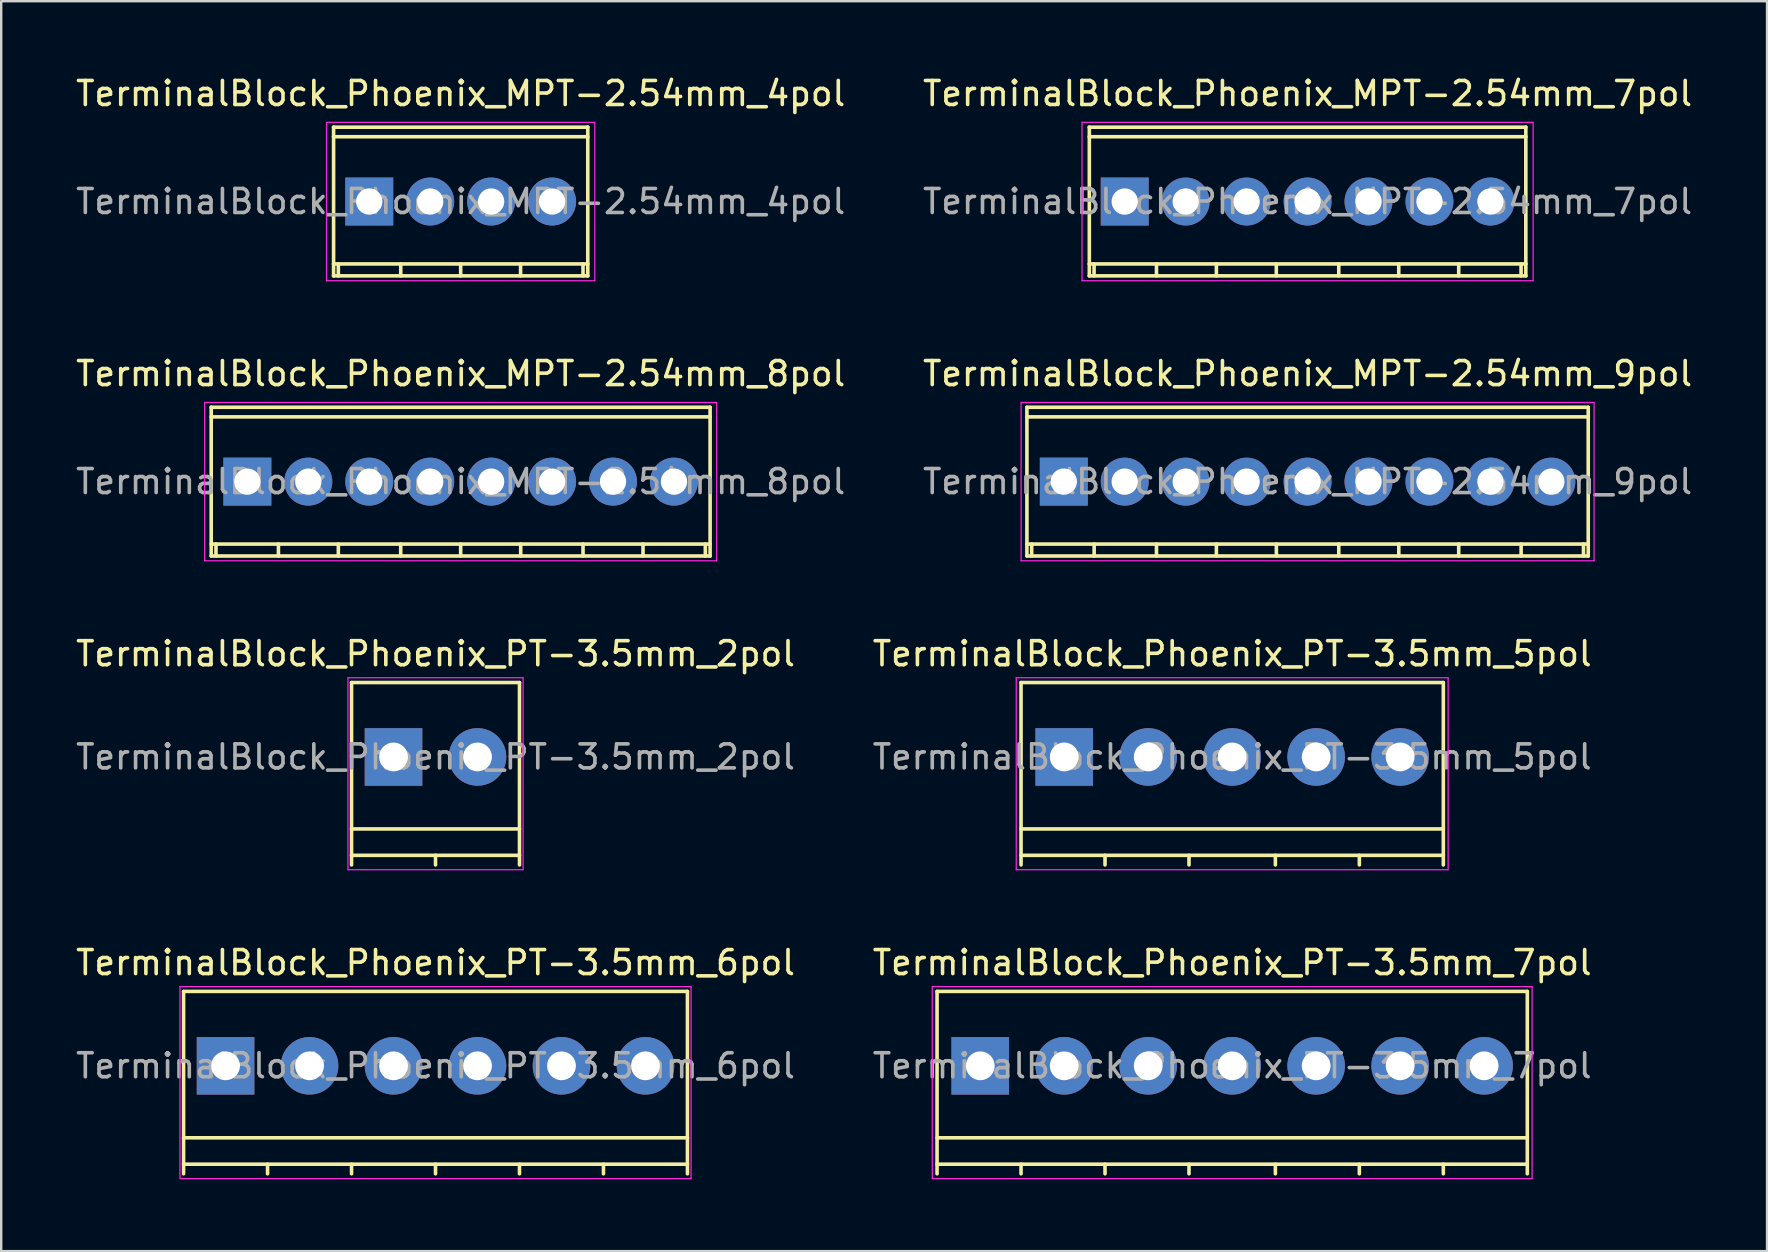
<source format=kicad_pcb>
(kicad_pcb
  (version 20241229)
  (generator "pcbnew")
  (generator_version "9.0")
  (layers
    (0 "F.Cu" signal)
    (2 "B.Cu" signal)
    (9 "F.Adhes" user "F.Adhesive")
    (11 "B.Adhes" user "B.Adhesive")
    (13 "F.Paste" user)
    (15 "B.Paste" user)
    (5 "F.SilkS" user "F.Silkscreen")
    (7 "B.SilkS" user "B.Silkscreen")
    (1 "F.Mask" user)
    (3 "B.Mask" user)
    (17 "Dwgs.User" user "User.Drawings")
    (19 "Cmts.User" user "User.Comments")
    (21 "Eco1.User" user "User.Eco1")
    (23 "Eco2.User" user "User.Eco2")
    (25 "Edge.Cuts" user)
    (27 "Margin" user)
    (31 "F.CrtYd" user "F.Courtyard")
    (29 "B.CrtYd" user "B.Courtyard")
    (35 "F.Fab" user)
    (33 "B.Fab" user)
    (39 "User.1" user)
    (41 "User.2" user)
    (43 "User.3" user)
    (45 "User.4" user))
  (footprint "TerminalBlock_Phoenix_MPT-2.54mm_8pol"
    (layer "F.Cu")
    (at 7.259 17.023)
    (property "Reference" "TerminalBlock_Phoenix_MPT-2.54mm_8pol" (at 8.89 -4.501 0) (layer "F.SilkS") (effects (font (size 1 1) (thickness 0.15))))
    (attr through_hole)
    (fp_line (start -1.509 -2.7) (end 19.289 -2.7) (stroke (width 0.15) (type solid)) (layer "F.SilkS"))
    (fp_line (start -1.509 2.601) (end 19.289 2.601) (stroke (width 0.15) (type solid)) (layer "F.SilkS"))
    (fp_line (start -1.506 -3.099) (end -1.506 3.099) (stroke (width 0.15) (type solid)) (layer "F.SilkS"))
    (fp_line (start -1.308 3.099) (end -1.308 2.601) (stroke (width 0.15) (type solid)) (layer "F.SilkS"))
    (fp_line (start 1.295 3.099) (end 1.295 2.601) (stroke (width 0.15) (type solid)) (layer "F.SilkS"))
    (fp_line (start 3.792 2.601) (end 3.792 3.099) (stroke (width 0.15) (type solid)) (layer "F.SilkS"))
    (fp_line (start 6.391 2.601) (end 6.391 3.099) (stroke (width 0.15) (type solid)) (layer "F.SilkS"))
    (fp_line (start 8.89 2.601) (end 8.89 3.099) (stroke (width 0.15) (type solid)) (layer "F.SilkS"))
    (fp_line (start 11.392 2.601) (end 11.392 3.099) (stroke (width 0.15) (type solid)) (layer "F.SilkS"))
    (fp_line (start 13.99 2.601) (end 13.99 3.099) (stroke (width 0.15) (type solid)) (layer "F.SilkS"))
    (fp_line (start 16.49 2.601) (end 16.49 3.099) (stroke (width 0.15) (type solid)) (layer "F.SilkS"))
    (fp_line (start 19.088 2.601) (end 19.088 3.099) (stroke (width 0.15) (type solid)) (layer "F.SilkS"))
    (fp_line (start 19.286 3.099) (end 19.286 -3.099) (stroke (width 0.15) (type solid)) (layer "F.SilkS"))
    (fp_line (start 19.289 -3.099) (end -1.509 -3.099) (stroke (width 0.15) (type solid)) (layer "F.SilkS"))
    (fp_line (start 19.289 3.099) (end -1.509 3.099) (stroke (width 0.15) (type solid)) (layer "F.SilkS"))
    (fp_line (start -1.78 -3.3) (end 19.56 -3.3) (stroke (width 0.05) (type solid)) (layer "F.CrtYd"))
    (fp_line (start -1.78 3.3) (end -1.78 -3.3) (stroke (width 0.05) (type solid)) (layer "F.CrtYd"))
    (fp_line (start 19.56 -3.3) (end 19.56 3.3) (stroke (width 0.05) (type solid)) (layer "F.CrtYd"))
    (fp_line (start 19.56 3.3) (end -1.78 3.3) (stroke (width 0.05) (type solid)) (layer "F.CrtYd"))
    (fp_text user "${REFERENCE}" (at 8.89 0 0) (layer "F.Fab") (effects (font (size 1 1) (thickness 0.15))))
    (pad "1" thru_hole rect (at 0 0 180) (size 1.999 1.999) (drill 1.097) (layers "*.Cu" "*.Mask"))
    (pad "2" thru_hole oval (at 2.54 0 180) (size 1.999 1.999) (drill 1.097) (layers "*.Cu" "*.Mask"))
    (pad "3" thru_hole oval (at 5.08 0 180) (size 1.999 1.999) (drill 1.097) (layers "*.Cu" "*.Mask"))
    (pad "4" thru_hole oval (at 7.62 0 180) (size 1.999 1.999) (drill 1.097) (layers "*.Cu" "*.Mask"))
    (pad "5" thru_hole oval (at 10.16 0 180) (size 1.999 1.999) (drill 1.097) (layers "*.Cu" "*.Mask"))
    (pad "6" thru_hole oval (at 12.7 0 180) (size 1.999 1.999) (drill 1.097) (layers "*.Cu" "*.Mask"))
    (pad "7" thru_hole oval (at 15.24 0 180) (size 1.999 1.999) (drill 1.097) (layers "*.Cu" "*.Mask"))
    (pad "8" thru_hole oval (at 17.78 0 180) (size 1.999 1.999) (drill 1.097) (layers "*.Cu" "*.Mask")))
  (footprint "TerminalBlock_Phoenix_PT-3.5mm_6pol"
    (layer "F.Cu")
    (at 6.351 41.37)
    (property "Reference" "TerminalBlock_Phoenix_PT-3.5mm_6pol" (at 8.75 -4.3 0) (layer "F.SilkS") (effects (font (size 1 1) (thickness 0.15))))
    (attr through_hole)
    (fp_line (start -1.75 -3.1) (end -1.75 4.5) (stroke (width 0.15) (type solid)) (layer "F.SilkS"))
    (fp_line (start -1.75 3) (end 19.25 3) (stroke (width 0.15) (type solid)) (layer "F.SilkS"))
    (fp_line (start -1.75 4.1) (end 19.25 4.1) (stroke (width 0.15) (type solid)) (layer "F.SilkS"))
    (fp_line (start 1.75 4.1) (end 1.75 4.5) (stroke (width 0.15) (type solid)) (layer "F.SilkS"))
    (fp_line (start 5.25 4.1) (end 5.25 4.5) (stroke (width 0.15) (type solid)) (layer "F.SilkS"))
    (fp_line (start 8.75 4.1) (end 8.75 4.5) (stroke (width 0.15) (type solid)) (layer "F.SilkS"))
    (fp_line (start 12.25 4.1) (end 12.25 4.5) (stroke (width 0.15) (type solid)) (layer "F.SilkS"))
    (fp_line (start 15.75 4.1) (end 15.75 4.5) (stroke (width 0.15) (type solid)) (layer "F.SilkS"))
    (fp_line (start 19.25 -3.1) (end -1.75 -3.1) (stroke (width 0.15) (type solid)) (layer "F.SilkS"))
    (fp_line (start 19.25 4.5) (end 19.25 -3.1) (stroke (width 0.15) (type solid)) (layer "F.SilkS"))
    (fp_line (start -1.9 -3.3) (end 19.4 -3.3) (stroke (width 0.05) (type solid)) (layer "F.CrtYd"))
    (fp_line (start -1.9 4.7) (end -1.9 -3.3) (stroke (width 0.05) (type solid)) (layer "F.CrtYd"))
    (fp_line (start 19.4 -3.3) (end 19.4 4.7) (stroke (width 0.05) (type solid)) (layer "F.CrtYd"))
    (fp_line (start 19.4 4.7) (end -1.9 4.7) (stroke (width 0.05) (type solid)) (layer "F.CrtYd"))
    (fp_text user "${REFERENCE}" (at 8.75 0 0) (layer "F.Fab") (effects (font (size 1 1) (thickness 0.15))))
    (pad "1" thru_hole rect (at 0 0) (size 2.4 2.4) (drill 1.2) (layers "*.Cu" "*.Mask"))
    (pad "2" thru_hole circle (at 3.5 0) (size 2.4 2.4) (drill 1.2) (layers "*.Cu" "*.Mask"))
    (pad "3" thru_hole circle (at 7 0) (size 2.4 2.4) (drill 1.2) (layers "*.Cu" "*.Mask"))
    (pad "4" thru_hole circle (at 10.5 0) (size 2.4 2.4) (drill 1.2) (layers "*.Cu" "*.Mask"))
    (pad "5" thru_hole circle (at 14 0) (size 2.4 2.4) (drill 1.2) (layers "*.Cu" "*.Mask"))
    (pad "6" thru_hole circle (at 17.5 0) (size 2.4 2.4) (drill 1.2) (layers "*.Cu" "*.Mask")))
  (footprint "TerminalBlock_Phoenix_PT-3.5mm_5pol"
    (layer "F.Cu")
    (at 41.304 28.497)
    (property "Reference" "TerminalBlock_Phoenix_PT-3.5mm_5pol" (at 7 -4.3 0) (layer "F.SilkS") (effects (font (size 1 1) (thickness 0.15))))
    (attr through_hole)
    (fp_line (start -1.8 -3.1) (end -1.8 4.5) (stroke (width 0.15) (type solid)) (layer "F.SilkS"))
    (fp_line (start -1.8 3) (end 15.8 3) (stroke (width 0.15) (type solid)) (layer "F.SilkS"))
    (fp_line (start -1.8 4.1) (end 15.8 4.1) (stroke (width 0.15) (type solid)) (layer "F.SilkS"))
    (fp_line (start 1.7 4.1) (end 1.7 4.5) (stroke (width 0.15) (type solid)) (layer "F.SilkS"))
    (fp_line (start 5.2 4.1) (end 5.2 4.5) (stroke (width 0.15) (type solid)) (layer "F.SilkS"))
    (fp_line (start 8.8 4.1) (end 8.8 4.5) (stroke (width 0.15) (type solid)) (layer "F.SilkS"))
    (fp_line (start 12.3 4.1) (end 12.3 4.5) (stroke (width 0.15) (type solid)) (layer "F.SilkS"))
    (fp_line (start 15.8 -3.1) (end -1.8 -3.1) (stroke (width 0.15) (type solid)) (layer "F.SilkS"))
    (fp_line (start 15.8 4.5) (end 15.8 -3.1) (stroke (width 0.15) (type solid)) (layer "F.SilkS"))
    (fp_line (start -2 -3.3) (end 16 -3.3) (stroke (width 0.05) (type solid)) (layer "F.CrtYd"))
    (fp_line (start -2 4.7) (end -2 -3.3) (stroke (width 0.05) (type solid)) (layer "F.CrtYd"))
    (fp_line (start 16 -3.3) (end 16 4.7) (stroke (width 0.05) (type solid)) (layer "F.CrtYd"))
    (fp_line (start 16 4.7) (end -2 4.7) (stroke (width 0.05) (type solid)) (layer "F.CrtYd"))
    (fp_text user "${REFERENCE}" (at 7 0 0) (layer "F.Fab") (effects (font (size 1 1) (thickness 0.15))))
    (pad "1" thru_hole rect (at 0 0) (size 2.4 2.4) (drill 1.2) (layers "*.Cu" "*.Mask"))
    (pad "2" thru_hole circle (at 3.5 0) (size 2.4 2.4) (drill 1.2) (layers "*.Cu" "*.Mask"))
    (pad "3" thru_hole circle (at 7 0) (size 2.4 2.4) (drill 1.2) (layers "*.Cu" "*.Mask"))
    (pad "4" thru_hole circle (at 10.5 0) (size 2.4 2.4) (drill 1.2) (layers "*.Cu" "*.Mask"))
    (pad "5" thru_hole circle (at 14 0) (size 2.4 2.4) (drill 1.2) (layers "*.Cu" "*.Mask")))
  (footprint "TerminalBlock_Phoenix_MPT-2.54mm_7pol"
    (layer "F.Cu")
    (at 43.826 5.349)
    (property "Reference" "TerminalBlock_Phoenix_MPT-2.54mm_7pol" (at 7.62 -4.501 0) (layer "F.SilkS") (effects (font (size 1 1) (thickness 0.15))))
    (attr through_hole)
    (fp_line (start -1.481 3.099) (end 16.721 3.099) (stroke (width 0.15) (type solid)) (layer "F.SilkS"))
    (fp_line (start -1.476 -3.099) (end -1.476 3.099) (stroke (width 0.15) (type solid)) (layer "F.SilkS"))
    (fp_line (start -1.278 3.099) (end -1.278 2.601) (stroke (width 0.15) (type solid)) (layer "F.SilkS"))
    (fp_line (start 1.323 3.099) (end 1.323 2.601) (stroke (width 0.15) (type solid)) (layer "F.SilkS"))
    (fp_line (start 3.82 2.601) (end 3.82 3.099) (stroke (width 0.15) (type solid)) (layer "F.SilkS"))
    (fp_line (start 6.317 2.601) (end 6.317 3.099) (stroke (width 0.15) (type solid)) (layer "F.SilkS"))
    (fp_line (start 8.92 2.601) (end 8.92 3.099) (stroke (width 0.15) (type solid)) (layer "F.SilkS"))
    (fp_line (start 11.42 2.601) (end 11.42 3.099) (stroke (width 0.15) (type solid)) (layer "F.SilkS"))
    (fp_line (start 13.919 2.601) (end 13.919 3.099) (stroke (width 0.15) (type solid)) (layer "F.SilkS"))
    (fp_line (start 16.518 2.601) (end 16.518 3.099) (stroke (width 0.15) (type solid)) (layer "F.SilkS"))
    (fp_line (start 16.716 3.099) (end 16.716 -3.099) (stroke (width 0.15) (type solid)) (layer "F.SilkS"))
    (fp_line (start 16.721 -3.099) (end -1.481 -3.099) (stroke (width 0.15) (type solid)) (layer "F.SilkS"))
    (fp_line (start 16.721 -2.7) (end -1.481 -2.7) (stroke (width 0.15) (type solid)) (layer "F.SilkS"))
    (fp_line (start 16.721 2.601) (end -1.481 2.601) (stroke (width 0.15) (type solid)) (layer "F.SilkS"))
    (fp_line (start -1.78 -3.3) (end 17.02 -3.3) (stroke (width 0.05) (type solid)) (layer "F.CrtYd"))
    (fp_line (start -1.78 3.3) (end -1.78 -3.3) (stroke (width 0.05) (type solid)) (layer "F.CrtYd"))
    (fp_line (start 17.02 -3.3) (end 17.02 3.3) (stroke (width 0.05) (type solid)) (layer "F.CrtYd"))
    (fp_line (start 17.02 3.3) (end -1.78 3.3) (stroke (width 0.05) (type solid)) (layer "F.CrtYd"))
    (fp_text user "${REFERENCE}" (at 7.62 0 0) (layer "F.Fab") (effects (font (size 1 1) (thickness 0.15))))
    (pad "1" thru_hole rect (at 0 0 180) (size 1.999 1.999) (drill 1.097) (layers "*.Cu" "*.Mask"))
    (pad "2" thru_hole oval (at 2.54 0 180) (size 1.999 1.999) (drill 1.097) (layers "*.Cu" "*.Mask"))
    (pad "3" thru_hole oval (at 5.08 0 180) (size 1.999 1.999) (drill 1.097) (layers "*.Cu" "*.Mask"))
    (pad "4" thru_hole oval (at 7.62 0 180) (size 1.999 1.999) (drill 1.097) (layers "*.Cu" "*.Mask"))
    (pad "5" thru_hole oval (at 10.16 0 180) (size 1.999 1.999) (drill 1.097) (layers "*.Cu" "*.Mask"))
    (pad "6" thru_hole oval (at 12.7 0 180) (size 1.999 1.999) (drill 1.097) (layers "*.Cu" "*.Mask"))
    (pad "7" thru_hole oval (at 15.24 0 180) (size 1.999 1.999) (drill 1.097) (layers "*.Cu" "*.Mask")))
  (footprint "TerminalBlock_Phoenix_PT-3.5mm_2pol"
    (layer "F.Cu")
    (at 13.351 28.497)
    (property "Reference" "TerminalBlock_Phoenix_PT-3.5mm_2pol" (at 1.75 -4.3 0) (layer "F.SilkS") (effects (font (size 1 1) (thickness 0.15))))
    (attr through_hole)
    (fp_line (start -1.75 -3.1) (end -1.75 4.5) (stroke (width 0.15) (type solid)) (layer "F.SilkS"))
    (fp_line (start -1.75 3) (end 5.25 3) (stroke (width 0.15) (type solid)) (layer "F.SilkS"))
    (fp_line (start -1.75 4.1) (end 5.25 4.1) (stroke (width 0.15) (type solid)) (layer "F.SilkS"))
    (fp_line (start 1.75 4.1) (end 1.75 4.5) (stroke (width 0.15) (type solid)) (layer "F.SilkS"))
    (fp_line (start 5.25 -3.1) (end -1.75 -3.1) (stroke (width 0.15) (type solid)) (layer "F.SilkS"))
    (fp_line (start 5.25 4.5) (end 5.25 -3.1) (stroke (width 0.15) (type solid)) (layer "F.SilkS"))
    (fp_line (start -1.9 -3.3) (end 5.4 -3.3) (stroke (width 0.05) (type solid)) (layer "F.CrtYd"))
    (fp_line (start -1.9 4.7) (end -1.9 -3.3) (stroke (width 0.05) (type solid)) (layer "F.CrtYd"))
    (fp_line (start 5.4 -3.3) (end 5.4 4.7) (stroke (width 0.05) (type solid)) (layer "F.CrtYd"))
    (fp_line (start 5.4 4.7) (end -1.9 4.7) (stroke (width 0.05) (type solid)) (layer "F.CrtYd"))
    (fp_text user "${REFERENCE}" (at 1.75 0 0) (layer "F.Fab") (effects (font (size 1 1) (thickness 0.15))))
    (pad "1" thru_hole rect (at 0 0) (size 2.4 2.4) (drill 1.2) (layers "*.Cu" "*.Mask"))
    (pad "2" thru_hole circle (at 3.5 0) (size 2.4 2.4) (drill 1.2) (layers "*.Cu" "*.Mask")))
  (footprint "TerminalBlock_Phoenix_MPT-2.54mm_4pol"
    (layer "F.Cu")
    (at 12.339 5.349)
    (property "Reference" "TerminalBlock_Phoenix_MPT-2.54mm_4pol" (at 3.81 -4.501 0) (layer "F.SilkS") (effects (font (size 1 1) (thickness 0.15))))
    (attr through_hole)
    (fp_line (start -1.491 -2.7) (end 9.111 -2.7) (stroke (width 0.15) (type solid)) (layer "F.SilkS"))
    (fp_line (start -1.491 2.601) (end 9.111 2.601) (stroke (width 0.15) (type solid)) (layer "F.SilkS"))
    (fp_line (start -1.486 -3.099) (end -1.486 3.099) (stroke (width 0.15) (type solid)) (layer "F.SilkS"))
    (fp_line (start -1.288 3.099) (end -1.288 2.601) (stroke (width 0.15) (type solid)) (layer "F.SilkS"))
    (fp_line (start 1.313 3.099) (end 1.313 2.601) (stroke (width 0.15) (type solid)) (layer "F.SilkS"))
    (fp_line (start 3.81 2.601) (end 3.81 3.099) (stroke (width 0.15) (type solid)) (layer "F.SilkS"))
    (fp_line (start 6.307 2.601) (end 6.307 3.099) (stroke (width 0.15) (type solid)) (layer "F.SilkS"))
    (fp_line (start 8.91 2.601) (end 8.91 3.099) (stroke (width 0.15) (type solid)) (layer "F.SilkS"))
    (fp_line (start 9.108 3.099) (end 9.108 -3.099) (stroke (width 0.15) (type solid)) (layer "F.SilkS"))
    (fp_line (start 9.111 -3.099) (end -1.491 -3.099) (stroke (width 0.15) (type solid)) (layer "F.SilkS"))
    (fp_line (start 9.111 3.099) (end -1.491 3.099) (stroke (width 0.15) (type solid)) (layer "F.SilkS"))
    (fp_line (start -1.78 -3.3) (end 9.4 -3.3) (stroke (width 0.05) (type solid)) (layer "F.CrtYd"))
    (fp_line (start -1.78 3.3) (end -1.78 -3.3) (stroke (width 0.05) (type solid)) (layer "F.CrtYd"))
    (fp_line (start 9.4 -3.3) (end 9.4 3.3) (stroke (width 0.05) (type solid)) (layer "F.CrtYd"))
    (fp_line (start 9.4 3.3) (end -1.78 3.3) (stroke (width 0.05) (type solid)) (layer "F.CrtYd"))
    (fp_text user "${REFERENCE}" (at 3.81 0 0) (layer "F.Fab") (effects (font (size 1 1) (thickness 0.15))))
    (pad "1" thru_hole rect (at 0 0 180) (size 1.999 1.999) (drill 1.097) (layers "*.Cu" "*.Mask"))
    (pad "2" thru_hole oval (at 2.54 0 180) (size 1.999 1.999) (drill 1.097) (layers "*.Cu" "*.Mask"))
    (pad "3" thru_hole oval (at 5.08 0 180) (size 1.999 1.999) (drill 1.097) (layers "*.Cu" "*.Mask"))
    (pad "4" thru_hole oval (at 7.62 0 180) (size 1.999 1.999) (drill 1.097) (layers "*.Cu" "*.Mask")))
  (footprint "TerminalBlock_Phoenix_MPT-2.54mm_9pol"
    (layer "F.Cu")
    (at 41.286 17.023)
    (property "Reference" "TerminalBlock_Phoenix_MPT-2.54mm_9pol" (at 10.16 -4.501 0) (layer "F.SilkS") (effects (font (size 1 1) (thickness 0.15))))
    (attr through_hole)
    (fp_line (start -1.539 -2.7) (end 21.859 -2.7) (stroke (width 0.15) (type solid)) (layer "F.SilkS"))
    (fp_line (start -1.539 3.099) (end 21.859 3.099) (stroke (width 0.15) (type solid)) (layer "F.SilkS"))
    (fp_line (start -1.537 -3.099) (end -1.537 3.099) (stroke (width 0.15) (type solid)) (layer "F.SilkS"))
    (fp_line (start -1.339 3.099) (end -1.339 2.601) (stroke (width 0.15) (type solid)) (layer "F.SilkS"))
    (fp_line (start 1.265 3.099) (end 1.265 2.601) (stroke (width 0.15) (type solid)) (layer "F.SilkS"))
    (fp_line (start 3.863 2.601) (end 3.863 3.099) (stroke (width 0.15) (type solid)) (layer "F.SilkS"))
    (fp_line (start 6.36 2.601) (end 6.36 3.099) (stroke (width 0.15) (type solid)) (layer "F.SilkS"))
    (fp_line (start 8.86 2.601) (end 8.86 3.099) (stroke (width 0.15) (type solid)) (layer "F.SilkS"))
    (fp_line (start 11.46 2.601) (end 11.46 3.099) (stroke (width 0.15) (type solid)) (layer "F.SilkS"))
    (fp_line (start 13.962 2.601) (end 13.962 3.099) (stroke (width 0.15) (type solid)) (layer "F.SilkS"))
    (fp_line (start 16.459 2.601) (end 16.459 3.099) (stroke (width 0.15) (type solid)) (layer "F.SilkS"))
    (fp_line (start 19.06 2.601) (end 19.06 3.099) (stroke (width 0.15) (type solid)) (layer "F.SilkS"))
    (fp_line (start 21.659 2.601) (end 21.659 3.099) (stroke (width 0.15) (type solid)) (layer "F.SilkS"))
    (fp_line (start 21.857 3.099) (end 21.857 -3.099) (stroke (width 0.15) (type solid)) (layer "F.SilkS"))
    (fp_line (start 21.859 -3.099) (end -1.539 -3.099) (stroke (width 0.15) (type solid)) (layer "F.SilkS"))
    (fp_line (start 21.859 2.601) (end -1.539 2.601) (stroke (width 0.15) (type solid)) (layer "F.SilkS"))
    (fp_line (start -1.78 -3.3) (end 22.1 -3.3) (stroke (width 0.05) (type solid)) (layer "F.CrtYd"))
    (fp_line (start -1.78 3.3) (end -1.78 -3.3) (stroke (width 0.05) (type solid)) (layer "F.CrtYd"))
    (fp_line (start 22.1 -3.3) (end 22.1 3.3) (stroke (width 0.05) (type solid)) (layer "F.CrtYd"))
    (fp_line (start 22.1 3.3) (end -1.78 3.3) (stroke (width 0.05) (type solid)) (layer "F.CrtYd"))
    (fp_text user "${REFERENCE}" (at 10.16 0 0) (layer "F.Fab") (effects (font (size 1 1) (thickness 0.15))))
    (pad "1" thru_hole rect (at 0 0 180) (size 1.999 1.999) (drill 1.097) (layers "*.Cu" "*.Mask"))
    (pad "2" thru_hole oval (at 2.54 0 180) (size 1.999 1.999) (drill 1.097) (layers "*.Cu" "*.Mask"))
    (pad "3" thru_hole oval (at 5.08 0 180) (size 1.999 1.999) (drill 1.097) (layers "*.Cu" "*.Mask"))
    (pad "4" thru_hole oval (at 7.62 0 180) (size 1.999 1.999) (drill 1.097) (layers "*.Cu" "*.Mask"))
    (pad "5" thru_hole oval (at 10.16 0 180) (size 1.999 1.999) (drill 1.097) (layers "*.Cu" "*.Mask"))
    (pad "6" thru_hole oval (at 12.7 0 180) (size 1.999 1.999) (drill 1.097) (layers "*.Cu" "*.Mask"))
    (pad "7" thru_hole oval (at 15.24 0 180) (size 1.999 1.999) (drill 1.097) (layers "*.Cu" "*.Mask"))
    (pad "8" thru_hole oval (at 17.78 0 180) (size 1.999 1.999) (drill 1.097) (layers "*.Cu" "*.Mask"))
    (pad "9" thru_hole oval (at 20.32 0 180) (size 1.999 1.999) (drill 1.097) (layers "*.Cu" "*.Mask")))
  (footprint "TerminalBlock_Phoenix_PT-3.5mm_7pol"
    (layer "F.Cu")
    (at 37.804 41.37)
    (property "Reference" "TerminalBlock_Phoenix_PT-3.5mm_7pol" (at 10.5 -4.3 0) (layer "F.SilkS") (effects (font (size 1 1) (thickness 0.15))))
    (attr through_hole)
    (fp_line (start -1.8 -3.1) (end -1.8 4.5) (stroke (width 0.15) (type solid)) (layer "F.SilkS"))
    (fp_line (start -1.8 3) (end 22.8 3) (stroke (width 0.15) (type solid)) (layer "F.SilkS"))
    (fp_line (start -1.8 4.1) (end 22.8 4.1) (stroke (width 0.15) (type solid)) (layer "F.SilkS"))
    (fp_line (start 1.7 4.1) (end 1.7 4.5) (stroke (width 0.15) (type solid)) (layer "F.SilkS"))
    (fp_line (start 5.2 4.1) (end 5.2 4.5) (stroke (width 0.15) (type solid)) (layer "F.SilkS"))
    (fp_line (start 8.7 4.1) (end 8.7 4.5) (stroke (width 0.15) (type solid)) (layer "F.SilkS"))
    (fp_line (start 12.3 4.1) (end 12.3 4.5) (stroke (width 0.15) (type solid)) (layer "F.SilkS"))
    (fp_line (start 15.8 4.1) (end 15.8 4.5) (stroke (width 0.15) (type solid)) (layer "F.SilkS"))
    (fp_line (start 19.3 4.1) (end 19.3 4.5) (stroke (width 0.15) (type solid)) (layer "F.SilkS"))
    (fp_line (start 22.8 -3.1) (end -1.8 -3.1) (stroke (width 0.15) (type solid)) (layer "F.SilkS"))
    (fp_line (start 22.8 4.5) (end 22.8 -3.1) (stroke (width 0.15) (type solid)) (layer "F.SilkS"))
    (fp_line (start -2 -3.3) (end 23 -3.3) (stroke (width 0.05) (type solid)) (layer "F.CrtYd"))
    (fp_line (start -2 4.7) (end -2 -3.3) (stroke (width 0.05) (type solid)) (layer "F.CrtYd"))
    (fp_line (start 23 -3.3) (end 23 4.7) (stroke (width 0.05) (type solid)) (layer "F.CrtYd"))
    (fp_line (start 23 4.7) (end -2 4.7) (stroke (width 0.05) (type solid)) (layer "F.CrtYd"))
    (fp_text user "${REFERENCE}" (at 10.5 0 0) (layer "F.Fab") (effects (font (size 1 1) (thickness 0.15))))
    (pad "1" thru_hole rect (at 0 0) (size 2.4 2.4) (drill 1.2) (layers "*.Cu" "*.Mask"))
    (pad "2" thru_hole circle (at 3.5 0) (size 2.4 2.4) (drill 1.2) (layers "*.Cu" "*.Mask"))
    (pad "3" thru_hole circle (at 7 0) (size 2.4 2.4) (drill 1.2) (layers "*.Cu" "*.Mask"))
    (pad "4" thru_hole circle (at 10.5 0) (size 2.4 2.4) (drill 1.2) (layers "*.Cu" "*.Mask"))
    (pad "5" thru_hole circle (at 14 0) (size 2.4 2.4) (drill 1.2) (layers "*.Cu" "*.Mask"))
    (pad "6" thru_hole circle (at 17.5 0) (size 2.4 2.4) (drill 1.2) (layers "*.Cu" "*.Mask"))
    (pad "7" thru_hole circle (at 21 0) (size 2.4 2.4) (drill 1.2) (layers "*.Cu" "*.Mask")))
  (gr_rect
    (start -3 -3)
    (end 70.595 49.095)
    (stroke (width 0.1) (type default))
    (fill no)
    (layer "Edge.Cuts")))
</source>
